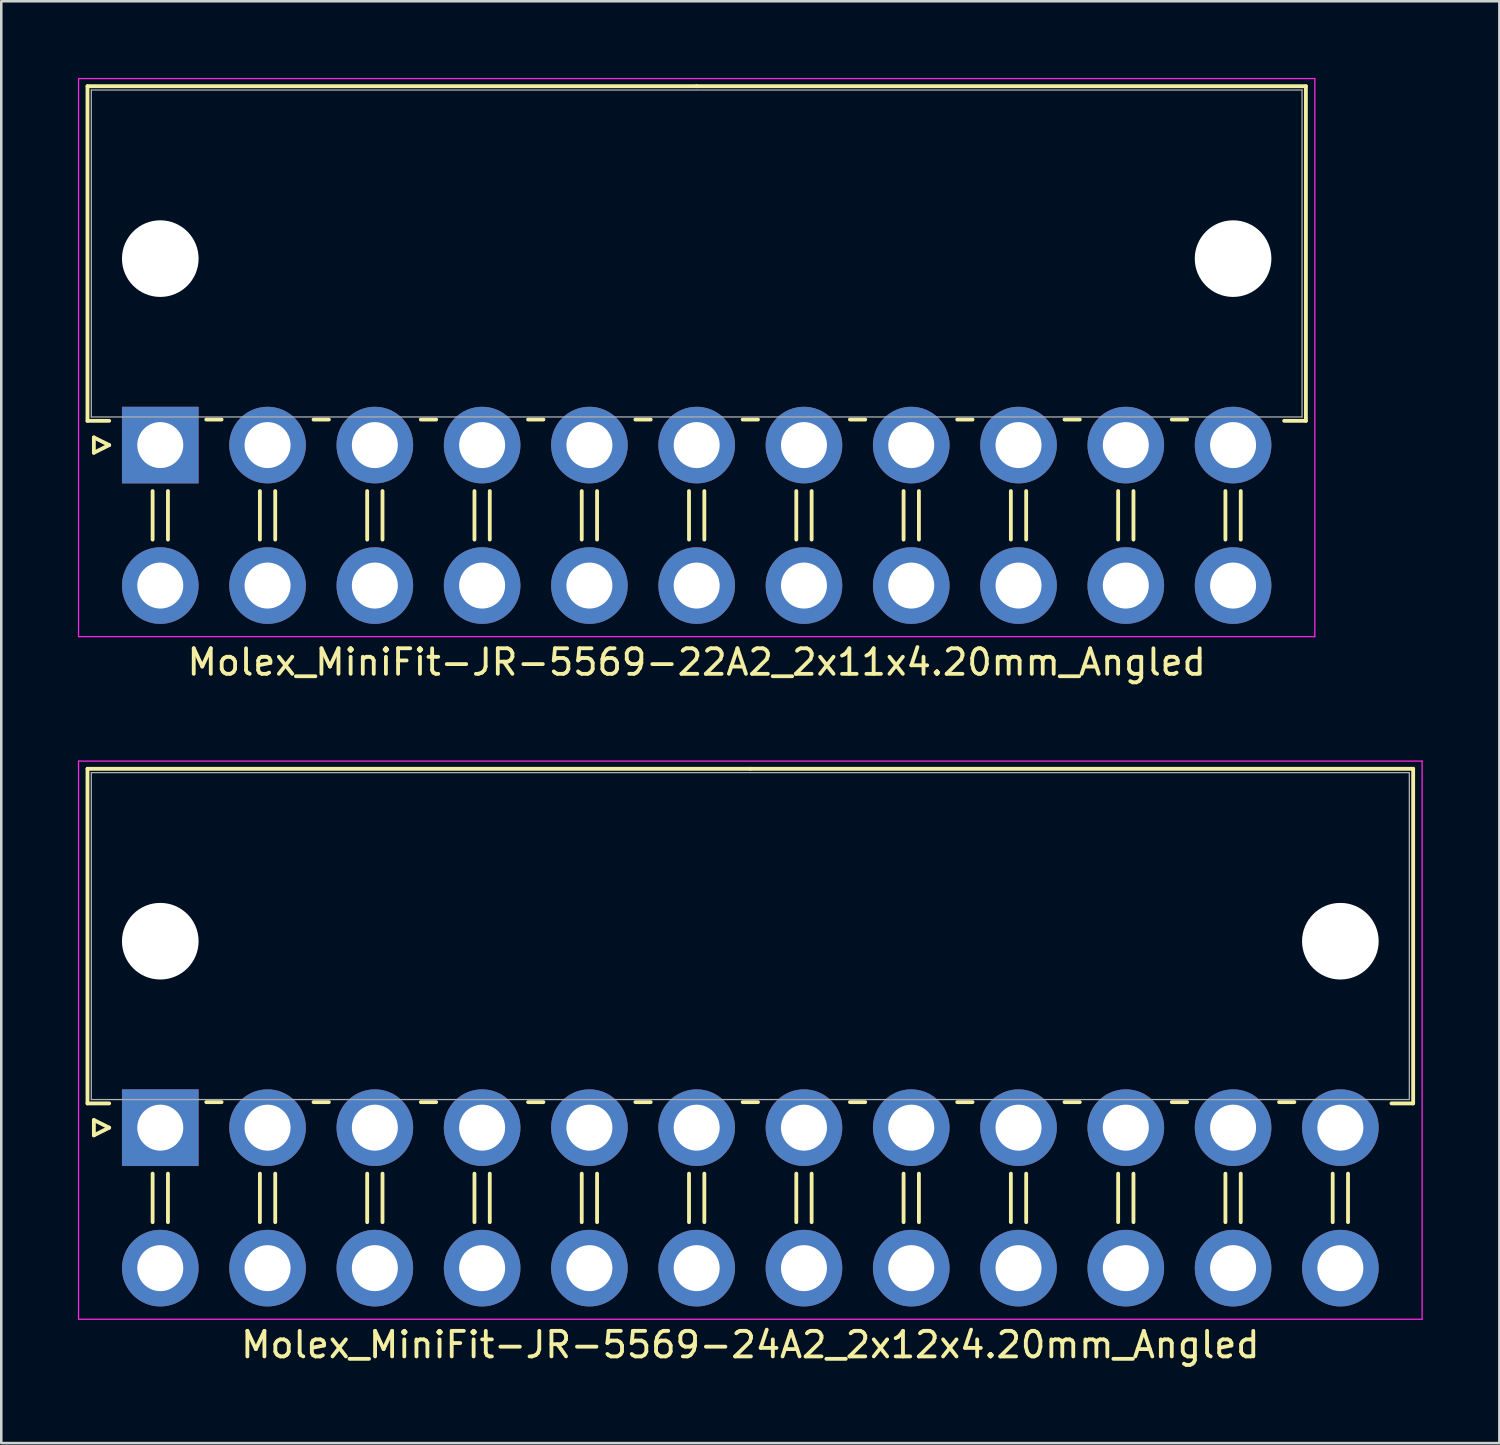
<source format=kicad_pcb>
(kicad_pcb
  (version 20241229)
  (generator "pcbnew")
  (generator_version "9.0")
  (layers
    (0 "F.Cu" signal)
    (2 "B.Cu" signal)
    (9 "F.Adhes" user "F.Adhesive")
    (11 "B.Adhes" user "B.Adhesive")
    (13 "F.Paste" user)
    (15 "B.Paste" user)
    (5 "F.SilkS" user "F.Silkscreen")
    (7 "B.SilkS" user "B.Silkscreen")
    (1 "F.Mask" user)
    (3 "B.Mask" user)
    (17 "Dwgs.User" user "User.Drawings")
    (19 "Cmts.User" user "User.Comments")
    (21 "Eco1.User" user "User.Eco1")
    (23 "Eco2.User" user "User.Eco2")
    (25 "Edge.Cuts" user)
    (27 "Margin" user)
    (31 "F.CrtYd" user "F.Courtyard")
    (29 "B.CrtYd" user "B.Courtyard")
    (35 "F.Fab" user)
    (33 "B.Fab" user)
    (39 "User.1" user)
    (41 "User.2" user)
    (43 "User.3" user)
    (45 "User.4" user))
  (footprint "Molex_MiniFit-JR-5569-22A2_2x11x4.20mm_Angled"
    (layer "F.Cu")
    (at 3.225 14.375)
    (property "Reference" "Molex_MiniFit-JR-5569-22A2_2x11x4.20mm_Angled" (at 21 8.5 0) (layer "F.SilkS") (effects (font (size 1 1) (thickness 0.15))))
    (attr through_hole)
    (fp_line (start -2.85 -14.05) (end 21 -14.05) (stroke (width 0.15) (type solid)) (layer "F.SilkS"))
    (fp_line (start -2.85 -0.95) (end -2.85 -14.05) (stroke (width 0.15) (type solid)) (layer "F.SilkS"))
    (fp_line (start -2.6 -0.3) (end -2 0) (stroke (width 0.15) (type solid)) (layer "F.SilkS"))
    (fp_line (start -2.6 0.3) (end -2.6 -0.3) (stroke (width 0.15) (type solid)) (layer "F.SilkS"))
    (fp_line (start -2 -0.95) (end -2.85 -0.95) (stroke (width 0.15) (type solid)) (layer "F.SilkS"))
    (fp_line (start -2 0) (end -2.6 0.3) (stroke (width 0.15) (type solid)) (layer "F.SilkS"))
    (fp_line (start -0.3 1.8) (end -0.3 3.7) (stroke (width 0.15) (type solid)) (layer "F.SilkS"))
    (fp_line (start 0.3 1.8) (end 0.3 3.7) (stroke (width 0.15) (type solid)) (layer "F.SilkS"))
    (fp_line (start 1.8 -1) (end 2.4 -1) (stroke (width 0.15) (type solid)) (layer "F.SilkS"))
    (fp_line (start 3.9 1.8) (end 3.9 3.7) (stroke (width 0.15) (type solid)) (layer "F.SilkS"))
    (fp_line (start 4.5 1.8) (end 4.5 3.7) (stroke (width 0.15) (type solid)) (layer "F.SilkS"))
    (fp_line (start 6 -1) (end 6.6 -1) (stroke (width 0.15) (type solid)) (layer "F.SilkS"))
    (fp_line (start 8.1 1.8) (end 8.1 3.7) (stroke (width 0.15) (type solid)) (layer "F.SilkS"))
    (fp_line (start 8.7 1.8) (end 8.7 3.7) (stroke (width 0.15) (type solid)) (layer "F.SilkS"))
    (fp_line (start 10.2 -1) (end 10.8 -1) (stroke (width 0.15) (type solid)) (layer "F.SilkS"))
    (fp_line (start 12.3 1.8) (end 12.3 3.7) (stroke (width 0.15) (type solid)) (layer "F.SilkS"))
    (fp_line (start 12.9 1.8) (end 12.9 3.7) (stroke (width 0.15) (type solid)) (layer "F.SilkS"))
    (fp_line (start 14.4 -1) (end 15 -1) (stroke (width 0.15) (type solid)) (layer "F.SilkS"))
    (fp_line (start 16.5 1.8) (end 16.5 3.7) (stroke (width 0.15) (type solid)) (layer "F.SilkS"))
    (fp_line (start 17.1 1.8) (end 17.1 3.7) (stroke (width 0.15) (type solid)) (layer "F.SilkS"))
    (fp_line (start 18.6 -1) (end 19.2 -1) (stroke (width 0.15) (type solid)) (layer "F.SilkS"))
    (fp_line (start 20.7 1.8) (end 20.7 3.7) (stroke (width 0.15) (type solid)) (layer "F.SilkS"))
    (fp_line (start 21.3 1.8) (end 21.3 3.7) (stroke (width 0.15) (type solid)) (layer "F.SilkS"))
    (fp_line (start 22.8 -1) (end 23.4 -1) (stroke (width 0.15) (type solid)) (layer "F.SilkS"))
    (fp_line (start 24.9 1.8) (end 24.9 3.7) (stroke (width 0.15) (type solid)) (layer "F.SilkS"))
    (fp_line (start 25.5 1.8) (end 25.5 3.7) (stroke (width 0.15) (type solid)) (layer "F.SilkS"))
    (fp_line (start 27 -1) (end 27.6 -1) (stroke (width 0.15) (type solid)) (layer "F.SilkS"))
    (fp_line (start 29.1 1.8) (end 29.1 3.7) (stroke (width 0.15) (type solid)) (layer "F.SilkS"))
    (fp_line (start 29.7 1.8) (end 29.7 3.7) (stroke (width 0.15) (type solid)) (layer "F.SilkS"))
    (fp_line (start 31.2 -1) (end 31.8 -1) (stroke (width 0.15) (type solid)) (layer "F.SilkS"))
    (fp_line (start 33.3 1.8) (end 33.3 3.7) (stroke (width 0.15) (type solid)) (layer "F.SilkS"))
    (fp_line (start 33.9 1.8) (end 33.9 3.7) (stroke (width 0.15) (type solid)) (layer "F.SilkS"))
    (fp_line (start 35.4 -1) (end 36 -1) (stroke (width 0.15) (type solid)) (layer "F.SilkS"))
    (fp_line (start 37.5 1.8) (end 37.5 3.7) (stroke (width 0.15) (type solid)) (layer "F.SilkS"))
    (fp_line (start 38.1 1.8) (end 38.1 3.7) (stroke (width 0.15) (type solid)) (layer "F.SilkS"))
    (fp_line (start 39.6 -1) (end 40.2 -1) (stroke (width 0.15) (type solid)) (layer "F.SilkS"))
    (fp_line (start 41.7 1.8) (end 41.7 3.7) (stroke (width 0.15) (type solid)) (layer "F.SilkS"))
    (fp_line (start 42.3 1.8) (end 42.3 3.7) (stroke (width 0.15) (type solid)) (layer "F.SilkS"))
    (fp_line (start 44 -0.95) (end 44.85 -0.95) (stroke (width 0.15) (type solid)) (layer "F.SilkS"))
    (fp_line (start 44.85 -14.05) (end 21 -14.05) (stroke (width 0.15) (type solid)) (layer "F.SilkS"))
    (fp_line (start 44.85 -0.95) (end 44.85 -14.05) (stroke (width 0.15) (type solid)) (layer "F.SilkS"))
    (fp_line (start -3.2 -14.35) (end -3.2 7.5) (stroke (width 0.05) (type solid)) (layer "F.CrtYd"))
    (fp_line (start -3.2 7.5) (end 45.2 7.5) (stroke (width 0.05) (type solid)) (layer "F.CrtYd"))
    (fp_line (start 45.2 -14.35) (end -3.2 -14.35) (stroke (width 0.05) (type solid)) (layer "F.CrtYd"))
    (fp_line (start 45.2 7.5) (end 45.2 -14.35) (stroke (width 0.05) (type solid)) (layer "F.CrtYd"))
    (fp_line (start -2.7 -13.9) (end -2.7 -1.1) (stroke (width 0.05) (type solid)) (layer "F.Fab"))
    (fp_line (start -2.7 -1.1) (end 44.7 -1.1) (stroke (width 0.05) (type solid)) (layer "F.Fab"))
    (fp_line (start 44.7 -13.9) (end -2.7 -13.9) (stroke (width 0.05) (type solid)) (layer "F.Fab"))
    (fp_line (start 44.7 -1.1) (end 44.7 -13.9) (stroke (width 0.05) (type solid)) (layer "F.Fab"))
    (pad "" np_thru_hole circle (at 0 -7.3) (size 3 3) (drill 3) (layers "*.Cu"))
    (pad "" np_thru_hole circle (at 42 -7.3) (size 3 3) (drill 3) (layers "*.Cu"))
    (pad "1" thru_hole rect (at 0 0) (size 3 3) (drill 1.8) (layers "*.Cu" "*.Mask"))
    (pad "2" thru_hole circle (at 4.2 0) (size 3 3) (drill 1.8) (layers "*.Cu" "*.Mask"))
    (pad "3" thru_hole circle (at 8.4 0) (size 3 3) (drill 1.8) (layers "*.Cu" "*.Mask"))
    (pad "4" thru_hole circle (at 12.6 0) (size 3 3) (drill 1.8) (layers "*.Cu" "*.Mask"))
    (pad "5" thru_hole circle (at 16.8 0) (size 3 3) (drill 1.8) (layers "*.Cu" "*.Mask"))
    (pad "6" thru_hole circle (at 21 0) (size 3 3) (drill 1.8) (layers "*.Cu" "*.Mask"))
    (pad "7" thru_hole circle (at 25.2 0) (size 3 3) (drill 1.8) (layers "*.Cu" "*.Mask"))
    (pad "8" thru_hole circle (at 29.4 0) (size 3 3) (drill 1.8) (layers "*.Cu" "*.Mask"))
    (pad "9" thru_hole circle (at 33.6 0) (size 3 3) (drill 1.8) (layers "*.Cu" "*.Mask"))
    (pad "10" thru_hole circle (at 37.8 0) (size 3 3) (drill 1.8) (layers "*.Cu" "*.Mask"))
    (pad "11" thru_hole circle (at 42 0) (size 3 3) (drill 1.8) (layers "*.Cu" "*.Mask"))
    (pad "12" thru_hole circle (at 0 5.5) (size 3 3) (drill 1.8) (layers "*.Cu" "*.Mask"))
    (pad "13" thru_hole circle (at 4.2 5.5) (size 3 3) (drill 1.8) (layers "*.Cu" "*.Mask"))
    (pad "14" thru_hole circle (at 8.4 5.5) (size 3 3) (drill 1.8) (layers "*.Cu" "*.Mask"))
    (pad "15" thru_hole circle (at 12.6 5.5) (size 3 3) (drill 1.8) (layers "*.Cu" "*.Mask"))
    (pad "16" thru_hole circle (at 16.8 5.5) (size 3 3) (drill 1.8) (layers "*.Cu" "*.Mask"))
    (pad "17" thru_hole circle (at 21 5.5) (size 3 3) (drill 1.8) (layers "*.Cu" "*.Mask"))
    (pad "18" thru_hole circle (at 25.2 5.5) (size 3 3) (drill 1.8) (layers "*.Cu" "*.Mask"))
    (pad "19" thru_hole circle (at 29.4 5.5) (size 3 3) (drill 1.8) (layers "*.Cu" "*.Mask"))
    (pad "20" thru_hole circle (at 33.6 5.5) (size 3 3) (drill 1.8) (layers "*.Cu" "*.Mask"))
    (pad "21" thru_hole circle (at 37.8 5.5) (size 3 3) (drill 1.8) (layers "*.Cu" "*.Mask"))
    (pad "22" thru_hole circle (at 42 5.5) (size 3 3) (drill 1.8) (layers "*.Cu" "*.Mask")))
  (footprint "Molex_MiniFit-JR-5569-24A2_2x12x4.20mm_Angled"
    (layer "F.Cu")
    (at 3.225 41.098)
    (property "Reference" "Molex_MiniFit-JR-5569-24A2_2x12x4.20mm_Angled" (at 23.1 8.5 0) (layer "F.SilkS") (effects (font (size 1 1) (thickness 0.15))))
    (attr through_hole)
    (fp_line (start -2.85 -14.05) (end 23.1 -14.05) (stroke (width 0.15) (type solid)) (layer "F.SilkS"))
    (fp_line (start -2.85 -0.95) (end -2.85 -14.05) (stroke (width 0.15) (type solid)) (layer "F.SilkS"))
    (fp_line (start -2.6 -0.3) (end -2 0) (stroke (width 0.15) (type solid)) (layer "F.SilkS"))
    (fp_line (start -2.6 0.3) (end -2.6 -0.3) (stroke (width 0.15) (type solid)) (layer "F.SilkS"))
    (fp_line (start -2 -0.95) (end -2.85 -0.95) (stroke (width 0.15) (type solid)) (layer "F.SilkS"))
    (fp_line (start -2 0) (end -2.6 0.3) (stroke (width 0.15) (type solid)) (layer "F.SilkS"))
    (fp_line (start -0.3 1.8) (end -0.3 3.7) (stroke (width 0.15) (type solid)) (layer "F.SilkS"))
    (fp_line (start 0.3 1.8) (end 0.3 3.7) (stroke (width 0.15) (type solid)) (layer "F.SilkS"))
    (fp_line (start 1.8 -1) (end 2.4 -1) (stroke (width 0.15) (type solid)) (layer "F.SilkS"))
    (fp_line (start 3.9 1.8) (end 3.9 3.7) (stroke (width 0.15) (type solid)) (layer "F.SilkS"))
    (fp_line (start 4.5 1.8) (end 4.5 3.7) (stroke (width 0.15) (type solid)) (layer "F.SilkS"))
    (fp_line (start 6 -1) (end 6.6 -1) (stroke (width 0.15) (type solid)) (layer "F.SilkS"))
    (fp_line (start 8.1 1.8) (end 8.1 3.7) (stroke (width 0.15) (type solid)) (layer "F.SilkS"))
    (fp_line (start 8.7 1.8) (end 8.7 3.7) (stroke (width 0.15) (type solid)) (layer "F.SilkS"))
    (fp_line (start 10.2 -1) (end 10.8 -1) (stroke (width 0.15) (type solid)) (layer "F.SilkS"))
    (fp_line (start 12.3 1.8) (end 12.3 3.7) (stroke (width 0.15) (type solid)) (layer "F.SilkS"))
    (fp_line (start 12.9 1.8) (end 12.9 3.7) (stroke (width 0.15) (type solid)) (layer "F.SilkS"))
    (fp_line (start 14.4 -1) (end 15 -1) (stroke (width 0.15) (type solid)) (layer "F.SilkS"))
    (fp_line (start 16.5 1.8) (end 16.5 3.7) (stroke (width 0.15) (type solid)) (layer "F.SilkS"))
    (fp_line (start 17.1 1.8) (end 17.1 3.7) (stroke (width 0.15) (type solid)) (layer "F.SilkS"))
    (fp_line (start 18.6 -1) (end 19.2 -1) (stroke (width 0.15) (type solid)) (layer "F.SilkS"))
    (fp_line (start 20.7 1.8) (end 20.7 3.7) (stroke (width 0.15) (type solid)) (layer "F.SilkS"))
    (fp_line (start 21.3 1.8) (end 21.3 3.7) (stroke (width 0.15) (type solid)) (layer "F.SilkS"))
    (fp_line (start 22.8 -1) (end 23.4 -1) (stroke (width 0.15) (type solid)) (layer "F.SilkS"))
    (fp_line (start 24.9 1.8) (end 24.9 3.7) (stroke (width 0.15) (type solid)) (layer "F.SilkS"))
    (fp_line (start 25.5 1.8) (end 25.5 3.7) (stroke (width 0.15) (type solid)) (layer "F.SilkS"))
    (fp_line (start 27 -1) (end 27.6 -1) (stroke (width 0.15) (type solid)) (layer "F.SilkS"))
    (fp_line (start 29.1 1.8) (end 29.1 3.7) (stroke (width 0.15) (type solid)) (layer "F.SilkS"))
    (fp_line (start 29.7 1.8) (end 29.7 3.7) (stroke (width 0.15) (type solid)) (layer "F.SilkS"))
    (fp_line (start 31.2 -1) (end 31.8 -1) (stroke (width 0.15) (type solid)) (layer "F.SilkS"))
    (fp_line (start 33.3 1.8) (end 33.3 3.7) (stroke (width 0.15) (type solid)) (layer "F.SilkS"))
    (fp_line (start 33.9 1.8) (end 33.9 3.7) (stroke (width 0.15) (type solid)) (layer "F.SilkS"))
    (fp_line (start 35.4 -1) (end 36 -1) (stroke (width 0.15) (type solid)) (layer "F.SilkS"))
    (fp_line (start 37.5 1.8) (end 37.5 3.7) (stroke (width 0.15) (type solid)) (layer "F.SilkS"))
    (fp_line (start 38.1 1.8) (end 38.1 3.7) (stroke (width 0.15) (type solid)) (layer "F.SilkS"))
    (fp_line (start 39.6 -1) (end 40.2 -1) (stroke (width 0.15) (type solid)) (layer "F.SilkS"))
    (fp_line (start 41.7 1.8) (end 41.7 3.7) (stroke (width 0.15) (type solid)) (layer "F.SilkS"))
    (fp_line (start 42.3 1.8) (end 42.3 3.7) (stroke (width 0.15) (type solid)) (layer "F.SilkS"))
    (fp_line (start 43.8 -1) (end 44.4 -1) (stroke (width 0.15) (type solid)) (layer "F.SilkS"))
    (fp_line (start 45.9 1.8) (end 45.9 3.7) (stroke (width 0.15) (type solid)) (layer "F.SilkS"))
    (fp_line (start 46.5 1.8) (end 46.5 3.7) (stroke (width 0.15) (type solid)) (layer "F.SilkS"))
    (fp_line (start 48.2 -0.95) (end 49.05 -0.95) (stroke (width 0.15) (type solid)) (layer "F.SilkS"))
    (fp_line (start 49.05 -14.05) (end 23.1 -14.05) (stroke (width 0.15) (type solid)) (layer "F.SilkS"))
    (fp_line (start 49.05 -0.95) (end 49.05 -14.05) (stroke (width 0.15) (type solid)) (layer "F.SilkS"))
    (fp_line (start -3.2 -14.35) (end -3.2 7.5) (stroke (width 0.05) (type solid)) (layer "F.CrtYd"))
    (fp_line (start -3.2 7.5) (end 49.4 7.5) (stroke (width 0.05) (type solid)) (layer "F.CrtYd"))
    (fp_line (start 49.4 -14.35) (end -3.2 -14.35) (stroke (width 0.05) (type solid)) (layer "F.CrtYd"))
    (fp_line (start 49.4 7.5) (end 49.4 -14.35) (stroke (width 0.05) (type solid)) (layer "F.CrtYd"))
    (fp_line (start -2.7 -13.9) (end -2.7 -1.1) (stroke (width 0.05) (type solid)) (layer "F.Fab"))
    (fp_line (start -2.7 -1.1) (end 48.9 -1.1) (stroke (width 0.05) (type solid)) (layer "F.Fab"))
    (fp_line (start 48.9 -13.9) (end -2.7 -13.9) (stroke (width 0.05) (type solid)) (layer "F.Fab"))
    (fp_line (start 48.9 -1.1) (end 48.9 -13.9) (stroke (width 0.05) (type solid)) (layer "F.Fab"))
    (pad "" np_thru_hole circle (at 0 -7.3) (size 3 3) (drill 3) (layers "*.Cu"))
    (pad "" np_thru_hole circle (at 46.2 -7.3) (size 3 3) (drill 3) (layers "*.Cu"))
    (pad "1" thru_hole rect (at 0 0) (size 3 3) (drill 1.8) (layers "*.Cu" "*.Mask"))
    (pad "2" thru_hole circle (at 4.2 0) (size 3 3) (drill 1.8) (layers "*.Cu" "*.Mask"))
    (pad "3" thru_hole circle (at 8.4 0) (size 3 3) (drill 1.8) (layers "*.Cu" "*.Mask"))
    (pad "4" thru_hole circle (at 12.6 0) (size 3 3) (drill 1.8) (layers "*.Cu" "*.Mask"))
    (pad "5" thru_hole circle (at 16.8 0) (size 3 3) (drill 1.8) (layers "*.Cu" "*.Mask"))
    (pad "6" thru_hole circle (at 21 0) (size 3 3) (drill 1.8) (layers "*.Cu" "*.Mask"))
    (pad "7" thru_hole circle (at 25.2 0) (size 3 3) (drill 1.8) (layers "*.Cu" "*.Mask"))
    (pad "8" thru_hole circle (at 29.4 0) (size 3 3) (drill 1.8) (layers "*.Cu" "*.Mask"))
    (pad "9" thru_hole circle (at 33.6 0) (size 3 3) (drill 1.8) (layers "*.Cu" "*.Mask"))
    (pad "10" thru_hole circle (at 37.8 0) (size 3 3) (drill 1.8) (layers "*.Cu" "*.Mask"))
    (pad "11" thru_hole circle (at 42 0) (size 3 3) (drill 1.8) (layers "*.Cu" "*.Mask"))
    (pad "12" thru_hole circle (at 46.2 0) (size 3 3) (drill 1.8) (layers "*.Cu" "*.Mask"))
    (pad "13" thru_hole circle (at 0 5.5) (size 3 3) (drill 1.8) (layers "*.Cu" "*.Mask"))
    (pad "14" thru_hole circle (at 4.2 5.5) (size 3 3) (drill 1.8) (layers "*.Cu" "*.Mask"))
    (pad "15" thru_hole circle (at 8.4 5.5) (size 3 3) (drill 1.8) (layers "*.Cu" "*.Mask"))
    (pad "16" thru_hole circle (at 12.6 5.5) (size 3 3) (drill 1.8) (layers "*.Cu" "*.Mask"))
    (pad "17" thru_hole circle (at 16.8 5.5) (size 3 3) (drill 1.8) (layers "*.Cu" "*.Mask"))
    (pad "18" thru_hole circle (at 21 5.5) (size 3 3) (drill 1.8) (layers "*.Cu" "*.Mask"))
    (pad "19" thru_hole circle (at 25.2 5.5) (size 3 3) (drill 1.8) (layers "*.Cu" "*.Mask"))
    (pad "20" thru_hole circle (at 29.4 5.5) (size 3 3) (drill 1.8) (layers "*.Cu" "*.Mask"))
    (pad "21" thru_hole circle (at 33.6 5.5) (size 3 3) (drill 1.8) (layers "*.Cu" "*.Mask"))
    (pad "22" thru_hole circle (at 37.8 5.5) (size 3 3) (drill 1.8) (layers "*.Cu" "*.Mask"))
    (pad "23" thru_hole circle (at 42 5.5) (size 3 3) (drill 1.8) (layers "*.Cu" "*.Mask"))
    (pad "24" thru_hole circle (at 46.2 5.5) (size 3 3) (drill 1.8) (layers "*.Cu" "*.Mask")))
  (gr_rect
    (start -3 -3)
    (end 55.65 53.447)
    (stroke (width 0.1) (type default))
    (fill no)
    (layer "Edge.Cuts")))
</source>
